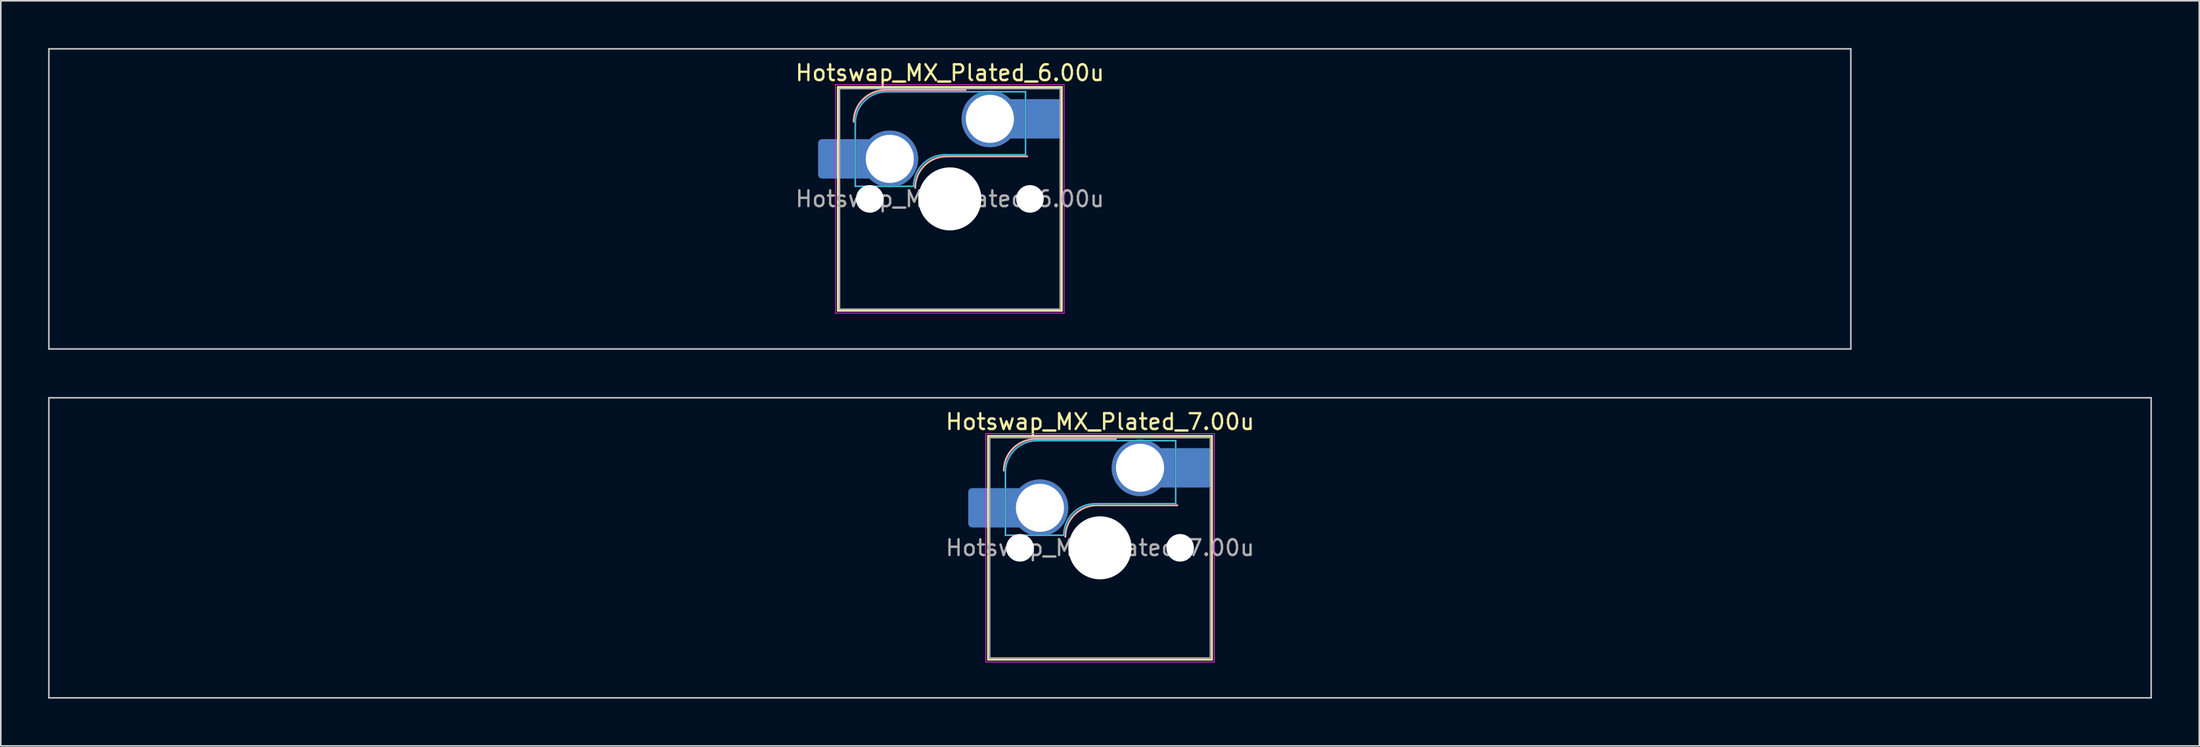
<source format=kicad_pcb>
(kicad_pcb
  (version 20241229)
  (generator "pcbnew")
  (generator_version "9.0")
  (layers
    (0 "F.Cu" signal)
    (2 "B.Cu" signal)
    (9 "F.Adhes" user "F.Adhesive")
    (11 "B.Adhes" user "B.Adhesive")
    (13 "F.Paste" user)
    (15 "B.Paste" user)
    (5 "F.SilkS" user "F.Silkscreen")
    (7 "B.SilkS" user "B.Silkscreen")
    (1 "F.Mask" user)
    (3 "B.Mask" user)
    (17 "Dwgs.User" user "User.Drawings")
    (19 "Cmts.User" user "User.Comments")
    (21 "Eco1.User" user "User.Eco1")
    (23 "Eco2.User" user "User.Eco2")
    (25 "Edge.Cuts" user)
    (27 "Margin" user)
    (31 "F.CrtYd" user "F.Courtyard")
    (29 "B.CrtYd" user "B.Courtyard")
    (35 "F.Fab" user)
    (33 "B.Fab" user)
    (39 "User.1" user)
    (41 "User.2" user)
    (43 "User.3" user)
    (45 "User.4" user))
  (footprint "Hotswap_MX_Plated_6.00u"
    (layer "F.Cu")
    (at 57.2 9.575)
    (property "Reference" "Hotswap_MX_Plated_6.00u" (at 0 -8 0) (layer "F.SilkS") (effects (font (size 1 1) (thickness 0.15))))
    (attr smd allow_soldermask_bridges)
    (fp_line (start -7.1 -7.1) (end -7.1 7.1) (stroke (width 0.12) (type solid)) (layer "F.SilkS"))
    (fp_line (start -7.1 7.1) (end 7.1 7.1) (stroke (width 0.12) (type solid)) (layer "F.SilkS"))
    (fp_line (start 7.1 -7.1) (end -7.1 -7.1) (stroke (width 0.12) (type solid)) (layer "F.SilkS"))
    (fp_line (start 7.1 7.1) (end 7.1 -7.1) (stroke (width 0.12) (type solid)) (layer "F.SilkS"))
    (fp_line (start -4.1 -6.9) (end 1 -6.9) (stroke (width 0.12) (type solid)) (layer "B.SilkS"))
    (fp_line (start -0.2 -2.7) (end 4.9 -2.7) (stroke (width 0.12) (type solid)) (layer "B.SilkS"))
    (fp_arc (start -6.1 -4.9) (mid -5.514214 -6.314214) (end -4.1 -6.9) (stroke (width 0.12) (type solid)) (layer "B.SilkS"))
    (fp_arc (start -2.2 -0.7) (mid -1.614214 -2.114214) (end -0.2 -2.7) (stroke (width 0.12) (type solid)) (layer "B.SilkS"))
    (fp_line (start -57.15 -9.525) (end -57.15 9.525) (stroke (width 0.1) (type solid)) (layer "Dwgs.User"))
    (fp_line (start -57.15 9.525) (end 57.15 9.525) (stroke (width 0.1) (type solid)) (layer "Dwgs.User"))
    (fp_line (start 57.15 -9.525) (end -57.15 -9.525) (stroke (width 0.1) (type solid)) (layer "Dwgs.User"))
    (fp_line (start 57.15 9.525) (end 57.15 -9.525) (stroke (width 0.1) (type solid)) (layer "Dwgs.User"))
    (fp_line (start -7.8 -6) (end -7 -6) (stroke (width 0.1) (type solid)) (layer "Eco1.User"))
    (fp_line (start -7.8 -2.9) (end -7.8 -6) (stroke (width 0.1) (type solid)) (layer "Eco1.User"))
    (fp_line (start -7.8 2.9) (end -7 2.9) (stroke (width 0.1) (type solid)) (layer "Eco1.User"))
    (fp_line (start -7.8 6) (end -7.8 2.9) (stroke (width 0.1) (type solid)) (layer "Eco1.User"))
    (fp_line (start -7 -7) (end 7 -7) (stroke (width 0.1) (type solid)) (layer "Eco1.User"))
    (fp_line (start -7 -6) (end -7 -7) (stroke (width 0.1) (type solid)) (layer "Eco1.User"))
    (fp_line (start -7 -2.9) (end -7.8 -2.9) (stroke (width 0.1) (type solid)) (layer "Eco1.User"))
    (fp_line (start -7 2.9) (end -7 -2.9) (stroke (width 0.1) (type solid)) (layer "Eco1.User"))
    (fp_line (start -7 6) (end -7.8 6) (stroke (width 0.1) (type solid)) (layer "Eco1.User"))
    (fp_line (start -7 7) (end -7 6) (stroke (width 0.1) (type solid)) (layer "Eco1.User"))
    (fp_line (start 7 -7) (end 7 -6) (stroke (width 0.1) (type solid)) (layer "Eco1.User"))
    (fp_line (start 7 -6) (end 7.8 -6) (stroke (width 0.1) (type solid)) (layer "Eco1.User"))
    (fp_line (start 7 -2.9) (end 7 2.9) (stroke (width 0.1) (type solid)) (layer "Eco1.User"))
    (fp_line (start 7 2.9) (end 7.8 2.9) (stroke (width 0.1) (type solid)) (layer "Eco1.User"))
    (fp_line (start 7 6) (end 7 7) (stroke (width 0.1) (type solid)) (layer "Eco1.User"))
    (fp_line (start 7 7) (end -7 7) (stroke (width 0.1) (type solid)) (layer "Eco1.User"))
    (fp_line (start 7.8 -6) (end 7.8 -2.9) (stroke (width 0.1) (type solid)) (layer "Eco1.User"))
    (fp_line (start 7.8 -2.9) (end 7 -2.9) (stroke (width 0.1) (type solid)) (layer "Eco1.User"))
    (fp_line (start 7.8 2.9) (end 7.8 6) (stroke (width 0.1) (type solid)) (layer "Eco1.User"))
    (fp_line (start 7.8 6) (end 7 6) (stroke (width 0.1) (type solid)) (layer "Eco1.User"))
    (fp_line (start -6 -0.8) (end -6 -4.8) (stroke (width 0.05) (type solid)) (layer "B.CrtYd"))
    (fp_line (start -6 -0.8) (end -2.3 -0.8) (stroke (width 0.05) (type solid)) (layer "B.CrtYd"))
    (fp_line (start -4 -6.8) (end 4.8 -6.8) (stroke (width 0.05) (type solid)) (layer "B.CrtYd"))
    (fp_line (start -0.3 -2.8) (end 4.8 -2.8) (stroke (width 0.05) (type solid)) (layer "B.CrtYd"))
    (fp_line (start 4.8 -6.8) (end 4.8 -2.8) (stroke (width 0.05) (type solid)) (layer "B.CrtYd"))
    (fp_arc (start -6 -4.8) (mid -5.414214 -6.214214) (end -4 -6.8) (stroke (width 0.05) (type solid)) (layer "B.CrtYd"))
    (fp_arc (start -2.3 -0.8) (mid -1.714214 -2.214214) (end -0.3 -2.8) (stroke (width 0.05) (type solid)) (layer "B.CrtYd"))
    (fp_line (start -7.25 -7.25) (end -7.25 7.25) (stroke (width 0.05) (type solid)) (layer "F.CrtYd"))
    (fp_line (start -7.25 7.25) (end 7.25 7.25) (stroke (width 0.05) (type solid)) (layer "F.CrtYd"))
    (fp_line (start 7.25 -7.25) (end -7.25 -7.25) (stroke (width 0.05) (type solid)) (layer "F.CrtYd"))
    (fp_line (start 7.25 7.25) (end 7.25 -7.25) (stroke (width 0.05) (type solid)) (layer "F.CrtYd"))
    (fp_line (start -6 -0.8) (end -6 -4.8) (stroke (width 0.12) (type solid)) (layer "B.Fab"))
    (fp_line (start -6 -0.8) (end -2.3 -0.8) (stroke (width 0.12) (type solid)) (layer "B.Fab"))
    (fp_line (start -4 -6.8) (end 4.8 -6.8) (stroke (width 0.12) (type solid)) (layer "B.Fab"))
    (fp_line (start -0.3 -2.8) (end 4.8 -2.8) (stroke (width 0.12) (type solid)) (layer "B.Fab"))
    (fp_line (start 4.8 -6.8) (end 4.8 -2.8) (stroke (width 0.12) (type solid)) (layer "B.Fab"))
    (fp_arc (start -6 -4.8) (mid -5.414214 -6.214214) (end -4 -6.8) (stroke (width 0.12) (type solid)) (layer "B.Fab"))
    (fp_arc (start -2.3 -0.8) (mid -1.714214 -2.214214) (end -0.3 -2.8) (stroke (width 0.12) (type solid)) (layer "B.Fab"))
    (fp_line (start -7 -7) (end -7 7) (stroke (width 0.1) (type solid)) (layer "F.Fab"))
    (fp_line (start -7 7) (end 7 7) (stroke (width 0.1) (type solid)) (layer "F.Fab"))
    (fp_line (start 7 -7) (end -7 -7) (stroke (width 0.1) (type solid)) (layer "F.Fab"))
    (fp_line (start 7 7) (end 7 -7) (stroke (width 0.1) (type solid)) (layer "F.Fab"))
    (fp_text user "${REFERENCE}" (at 0 0 0) (layer "F.Fab") (effects (font (size 1 1) (thickness 0.15))))
    (pad "" smd roundrect (at -7.085 -2.54) (size 2.55 2.5) (layers "B.Mask" "B.Paste") (roundrect_rratio 0.1))
    (pad "" np_thru_hole circle (at -5.08 0) (size 1.75 1.75) (drill 1.75) (layers "*.Cu" "*.Mask"))
    (pad "" np_thru_hole circle (at 0 0) (size 4 4) (drill 4) (layers "*.Cu" "*.Mask"))
    (pad "" np_thru_hole circle (at 5.08 0) (size 1.75 1.75) (drill 1.75) (layers "*.Cu" "*.Mask"))
    (pad "" smd roundrect (at 5.842 -5.08) (size 2.55 2.5) (layers "B.Mask" "B.Paste") (roundrect_rratio 0.1))
    (pad "1" smd roundrect (at -6.585 -2.54) (size 3.55 2.5) (layers "B.Cu") (roundrect_rratio 0.1))
    (pad "1" thru_hole circle (at -3.81 -2.54) (size 3.6 3.6) (drill 3.05) (layers "*.Cu" "*.Mask"))
    (pad "2" thru_hole circle (at 2.54 -5.08) (size 3.6 3.6) (drill 3.05) (layers "*.Cu" "*.Mask"))
    (pad "2" smd roundrect (at 5.32 -5.08) (size 3.55 2.5) (layers "B.Cu") (roundrect_rratio 0.1)))
  (footprint "Hotswap_MX_Plated_7.00u"
    (layer "F.Cu")
    (at 66.725 31.725)
    (property "Reference" "Hotswap_MX_Plated_7.00u" (at 0 -8 0) (layer "F.SilkS") (effects (font (size 1 1) (thickness 0.15))))
    (attr smd allow_soldermask_bridges)
    (fp_line (start -7.1 -7.1) (end -7.1 7.1) (stroke (width 0.12) (type solid)) (layer "F.SilkS"))
    (fp_line (start -7.1 7.1) (end 7.1 7.1) (stroke (width 0.12) (type solid)) (layer "F.SilkS"))
    (fp_line (start 7.1 -7.1) (end -7.1 -7.1) (stroke (width 0.12) (type solid)) (layer "F.SilkS"))
    (fp_line (start 7.1 7.1) (end 7.1 -7.1) (stroke (width 0.12) (type solid)) (layer "F.SilkS"))
    (fp_line (start -4.1 -6.9) (end 1 -6.9) (stroke (width 0.12) (type solid)) (layer "B.SilkS"))
    (fp_line (start -0.2 -2.7) (end 4.9 -2.7) (stroke (width 0.12) (type solid)) (layer "B.SilkS"))
    (fp_arc (start -6.1 -4.9) (mid -5.514214 -6.314214) (end -4.1 -6.9) (stroke (width 0.12) (type solid)) (layer "B.SilkS"))
    (fp_arc (start -2.2 -0.7) (mid -1.614214 -2.114214) (end -0.2 -2.7) (stroke (width 0.12) (type solid)) (layer "B.SilkS"))
    (fp_line (start -66.675 -9.525) (end -66.675 9.525) (stroke (width 0.1) (type solid)) (layer "Dwgs.User"))
    (fp_line (start -66.675 9.525) (end 66.675 9.525) (stroke (width 0.1) (type solid)) (layer "Dwgs.User"))
    (fp_line (start 66.675 -9.525) (end -66.675 -9.525) (stroke (width 0.1) (type solid)) (layer "Dwgs.User"))
    (fp_line (start 66.675 9.525) (end 66.675 -9.525) (stroke (width 0.1) (type solid)) (layer "Dwgs.User"))
    (fp_line (start -7.8 -6) (end -7 -6) (stroke (width 0.1) (type solid)) (layer "Eco1.User"))
    (fp_line (start -7.8 -2.9) (end -7.8 -6) (stroke (width 0.1) (type solid)) (layer "Eco1.User"))
    (fp_line (start -7.8 2.9) (end -7 2.9) (stroke (width 0.1) (type solid)) (layer "Eco1.User"))
    (fp_line (start -7.8 6) (end -7.8 2.9) (stroke (width 0.1) (type solid)) (layer "Eco1.User"))
    (fp_line (start -7 -7) (end 7 -7) (stroke (width 0.1) (type solid)) (layer "Eco1.User"))
    (fp_line (start -7 -6) (end -7 -7) (stroke (width 0.1) (type solid)) (layer "Eco1.User"))
    (fp_line (start -7 -2.9) (end -7.8 -2.9) (stroke (width 0.1) (type solid)) (layer "Eco1.User"))
    (fp_line (start -7 2.9) (end -7 -2.9) (stroke (width 0.1) (type solid)) (layer "Eco1.User"))
    (fp_line (start -7 6) (end -7.8 6) (stroke (width 0.1) (type solid)) (layer "Eco1.User"))
    (fp_line (start -7 7) (end -7 6) (stroke (width 0.1) (type solid)) (layer "Eco1.User"))
    (fp_line (start 7 -7) (end 7 -6) (stroke (width 0.1) (type solid)) (layer "Eco1.User"))
    (fp_line (start 7 -6) (end 7.8 -6) (stroke (width 0.1) (type solid)) (layer "Eco1.User"))
    (fp_line (start 7 -2.9) (end 7 2.9) (stroke (width 0.1) (type solid)) (layer "Eco1.User"))
    (fp_line (start 7 2.9) (end 7.8 2.9) (stroke (width 0.1) (type solid)) (layer "Eco1.User"))
    (fp_line (start 7 6) (end 7 7) (stroke (width 0.1) (type solid)) (layer "Eco1.User"))
    (fp_line (start 7 7) (end -7 7) (stroke (width 0.1) (type solid)) (layer "Eco1.User"))
    (fp_line (start 7.8 -6) (end 7.8 -2.9) (stroke (width 0.1) (type solid)) (layer "Eco1.User"))
    (fp_line (start 7.8 -2.9) (end 7 -2.9) (stroke (width 0.1) (type solid)) (layer "Eco1.User"))
    (fp_line (start 7.8 2.9) (end 7.8 6) (stroke (width 0.1) (type solid)) (layer "Eco1.User"))
    (fp_line (start 7.8 6) (end 7 6) (stroke (width 0.1) (type solid)) (layer "Eco1.User"))
    (fp_line (start -6 -0.8) (end -6 -4.8) (stroke (width 0.05) (type solid)) (layer "B.CrtYd"))
    (fp_line (start -6 -0.8) (end -2.3 -0.8) (stroke (width 0.05) (type solid)) (layer "B.CrtYd"))
    (fp_line (start -4 -6.8) (end 4.8 -6.8) (stroke (width 0.05) (type solid)) (layer "B.CrtYd"))
    (fp_line (start -0.3 -2.8) (end 4.8 -2.8) (stroke (width 0.05) (type solid)) (layer "B.CrtYd"))
    (fp_line (start 4.8 -6.8) (end 4.8 -2.8) (stroke (width 0.05) (type solid)) (layer "B.CrtYd"))
    (fp_arc (start -6 -4.8) (mid -5.414214 -6.214214) (end -4 -6.8) (stroke (width 0.05) (type solid)) (layer "B.CrtYd"))
    (fp_arc (start -2.3 -0.8) (mid -1.714214 -2.214214) (end -0.3 -2.8) (stroke (width 0.05) (type solid)) (layer "B.CrtYd"))
    (fp_line (start -7.25 -7.25) (end -7.25 7.25) (stroke (width 0.05) (type solid)) (layer "F.CrtYd"))
    (fp_line (start -7.25 7.25) (end 7.25 7.25) (stroke (width 0.05) (type solid)) (layer "F.CrtYd"))
    (fp_line (start 7.25 -7.25) (end -7.25 -7.25) (stroke (width 0.05) (type solid)) (layer "F.CrtYd"))
    (fp_line (start 7.25 7.25) (end 7.25 -7.25) (stroke (width 0.05) (type solid)) (layer "F.CrtYd"))
    (fp_line (start -6 -0.8) (end -6 -4.8) (stroke (width 0.12) (type solid)) (layer "B.Fab"))
    (fp_line (start -6 -0.8) (end -2.3 -0.8) (stroke (width 0.12) (type solid)) (layer "B.Fab"))
    (fp_line (start -4 -6.8) (end 4.8 -6.8) (stroke (width 0.12) (type solid)) (layer "B.Fab"))
    (fp_line (start -0.3 -2.8) (end 4.8 -2.8) (stroke (width 0.12) (type solid)) (layer "B.Fab"))
    (fp_line (start 4.8 -6.8) (end 4.8 -2.8) (stroke (width 0.12) (type solid)) (layer "B.Fab"))
    (fp_arc (start -6 -4.8) (mid -5.414214 -6.214214) (end -4 -6.8) (stroke (width 0.12) (type solid)) (layer "B.Fab"))
    (fp_arc (start -2.3 -0.8) (mid -1.714214 -2.214214) (end -0.3 -2.8) (stroke (width 0.12) (type solid)) (layer "B.Fab"))
    (fp_line (start -7 -7) (end -7 7) (stroke (width 0.1) (type solid)) (layer "F.Fab"))
    (fp_line (start -7 7) (end 7 7) (stroke (width 0.1) (type solid)) (layer "F.Fab"))
    (fp_line (start 7 -7) (end -7 -7) (stroke (width 0.1) (type solid)) (layer "F.Fab"))
    (fp_line (start 7 7) (end 7 -7) (stroke (width 0.1) (type solid)) (layer "F.Fab"))
    (fp_text user "${REFERENCE}" (at 0 0 0) (layer "F.Fab") (effects (font (size 1 1) (thickness 0.15))))
    (pad "" smd roundrect (at -7.085 -2.54) (size 2.55 2.5) (layers "B.Mask" "B.Paste") (roundrect_rratio 0.1))
    (pad "" np_thru_hole circle (at -5.08 0) (size 1.75 1.75) (drill 1.75) (layers "*.Cu" "*.Mask"))
    (pad "" np_thru_hole circle (at 0 0) (size 4 4) (drill 4) (layers "*.Cu" "*.Mask"))
    (pad "" np_thru_hole circle (at 5.08 0) (size 1.75 1.75) (drill 1.75) (layers "*.Cu" "*.Mask"))
    (pad "" smd roundrect (at 5.842 -5.08) (size 2.55 2.5) (layers "B.Mask" "B.Paste") (roundrect_rratio 0.1))
    (pad "1" smd roundrect (at -6.585 -2.54) (size 3.55 2.5) (layers "B.Cu") (roundrect_rratio 0.1))
    (pad "1" thru_hole circle (at -3.81 -2.54) (size 3.6 3.6) (drill 3.05) (layers "*.Cu" "*.Mask"))
    (pad "2" thru_hole circle (at 2.54 -5.08) (size 3.6 3.6) (drill 3.05) (layers "*.Cu" "*.Mask"))
    (pad "2" smd roundrect (at 5.32 -5.08) (size 3.55 2.5) (layers "B.Cu") (roundrect_rratio 0.1)))
  (gr_rect
    (start -3 -3)
    (end 136.45 44.3)
    (stroke (width 0.1) (type default))
    (fill no)
    (layer "Edge.Cuts")))
</source>
